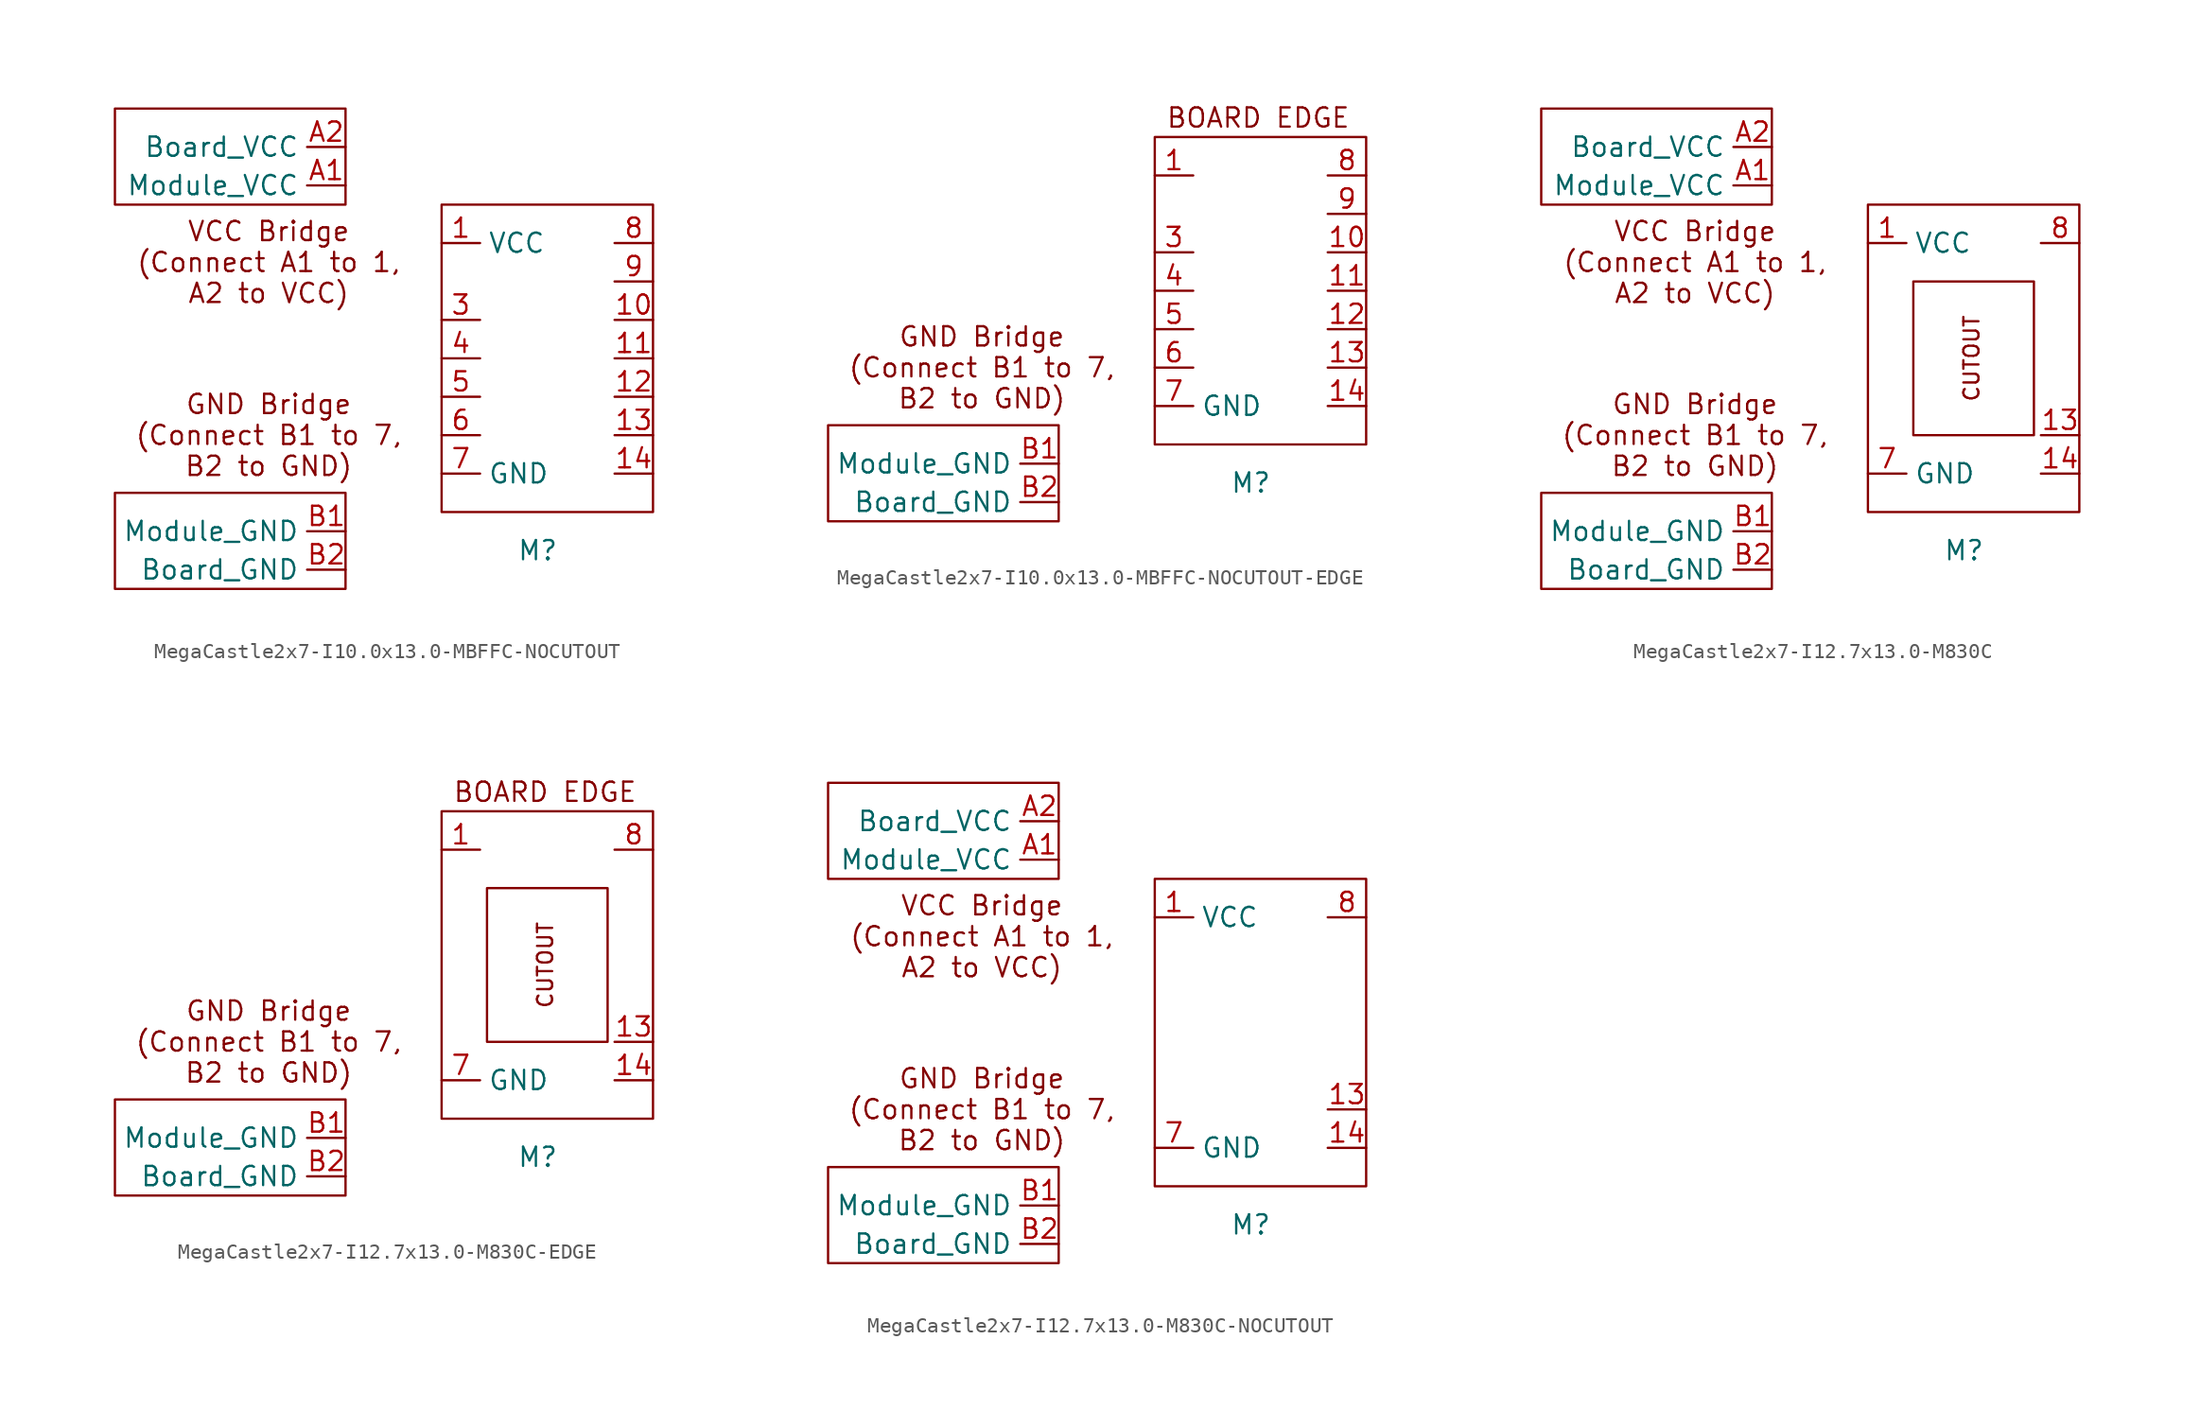
<source format=kicad_sym>
(kicad_symbol_lib
  (version 20231120)
  (generator "kicad_symbol_editor")
  (generator_version "8.0")
  (symbol "MegaCastle2x7-I10.0x13.0-MBFFC-NOCUTOUT"
    (property "Reference" "M"
      (at 0 -12.7 0)
      (effects (font (size 1.27 1.27))))
    (property "Value" ""
      (at 0 5.08 0)
      (effects (font (size 1.27 1.27))))
    (symbol "MegaCastle2x7-I10.0x13.0-MBFFC-NOCUTOUT_0_1"
      (rectangle (start -27.94 16.51) (end -12.7 10.16) (stroke (width 0) (type default)) (fill (type none)))
      (rectangle (start -27.94 -8.89) (end -12.7 -15.24) (stroke (width 0) (type default)) (fill (type none)))
      (rectangle (start -6.35 10.16) (end 7.62 -10.16) (stroke (width 0) (type default)) (fill (type none))))
    (symbol "MegaCastle2x7-I10.0x13.0-MBFFC-NOCUTOUT_1_1"
      (text "GND Bridge\n(Connect B1 to 7,\nB2 to GND)" (at -17.78 -5.08 0) (effects (font (size 1.27 1.27))))
      (text "VCC Bridge\n(Connect A1 to 1,\nA2 to VCC)" (at -17.78 6.35 0) (effects (font (size 1.27 1.27))))
      (pin bidirectional line (at -6.35 7.62 0) (length 2.54) (name "VCC" (effects (font (size 1.27 1.27)))) (number "1" (effects (font (size 1.27 1.27)))))
      (pin bidirectional line (at -6.35 2.54 0) (length 2.54) (name "" (effects (font (size 1.27 1.27)))) (number "3" (effects (font (size 1.27 1.27)))))
      (pin bidirectional line (at -6.35 0 0) (length 2.54) (name "" (effects (font (size 1.27 1.27)))) (number "4" (effects (font (size 1.27 1.27)))))
      (pin bidirectional line (at -6.35 -2.54 0) (length 2.54) (name "" (effects (font (size 1.27 1.27)))) (number "5" (effects (font (size 1.27 1.27)))))
      (pin bidirectional line (at -6.35 -5.08 0) (length 2.54) (name "" (effects (font (size 1.27 1.27)))) (number "6" (effects (font (size 1.27 1.27)))))
      (pin bidirectional line (at -6.35 -7.62 0) (length 2.54) (name "GND" (effects (font (size 1.27 1.27)))) (number "7" (effects (font (size 1.27 1.27)))))
      (pin bidirectional line (at 7.62 7.62 180) (length 2.54) (name "" (effects (font (size 1.27 1.27)))) (number "8" (effects (font (size 1.27 1.27)))))
      (pin bidirectional line (at 7.62 5.08 180) (length 2.54) (name "" (effects (font (size 1.27 1.27)))) (number "9" (effects (font (size 1.27 1.27)))))
      (pin bidirectional line (at 7.62 2.54 180) (length 2.54) (name "" (effects (font (size 1.27 1.27)))) (number "10" (effects (font (size 1.27 1.27)))))
      (pin bidirectional line (at 7.62 0 180) (length 2.54) (name "" (effects (font (size 1.27 1.27)))) (number "11" (effects (font (size 1.27 1.27)))))
      (pin bidirectional line (at 7.62 -2.54 180) (length 2.54) (name "" (effects (font (size 1.27 1.27)))) (number "12" (effects (font (size 1.27 1.27)))))
      (pin bidirectional line (at 7.62 -5.08 180) (length 2.54) (name "" (effects (font (size 1.27 1.27)))) (number "13" (effects (font (size 1.27 1.27)))))
      (pin bidirectional line (at 7.62 -7.62 180) (length 2.54) (name "" (effects (font (size 1.27 1.27)))) (number "14" (effects (font (size 1.27 1.27)))))
      (pin bidirectional line (at -12.7 11.43 180) (length 2.54) (name "Module_VCC" (effects (font (size 1.27 1.27)))) (number "A1" (effects (font (size 1.27 1.27)))))
      (pin bidirectional line (at -12.7 13.97 180) (length 2.54) (name "Board_VCC" (effects (font (size 1.27 1.27)))) (number "A2" (effects (font (size 1.27 1.27)))))
      (pin bidirectional line (at -12.7 -11.43 180) (length 2.54) (name "Module_GND" (effects (font (size 1.27 1.27)))) (number "B1" (effects (font (size 1.27 1.27)))))
      (pin bidirectional line (at -12.7 -13.97 180) (length 2.54) (name "Board_GND" (effects (font (size 1.27 1.27)))) (number "B2" (effects (font (size 1.27 1.27)))))))
  (symbol "MegaCastle2x7-I10.0x13.0-MBFFC-NOCUTOUT-EDGE"
    (property "Reference" "M"
      (at 0 -12.7 0)
      (effects (font (size 1.27 1.27))))
    (property "Value" ""
      (at 0 5.08 0)
      (effects (font (size 1.27 1.27))))
    (symbol "MegaCastle2x7-I10.0x13.0-MBFFC-NOCUTOUT-EDGE_0_1"
      (rectangle (start -27.94 -8.89) (end -12.7 -15.24) (stroke (width 0) (type default)) (fill (type none)))
      (rectangle (start -6.35 10.16) (end 7.62 -10.16) (stroke (width 0) (type default)) (fill (type none))))
    (symbol "MegaCastle2x7-I10.0x13.0-MBFFC-NOCUTOUT-EDGE_1_1"
      (text "GND Bridge\n(Connect B1 to 7,\nB2 to GND)" (at -17.78 -5.08 0) (effects (font (size 1.27 1.27))))
      (text " BOARD EDGE" (at 0 11.43 0) (effects (font (size 1.27 1.27))))
      (pin bidirectional line (at -6.35 7.62 0) (length 2.54) (name "" (effects (font (size 1.27 1.27)))) (number "1" (effects (font (size 1.27 1.27)))))
      (pin bidirectional line (at -6.35 2.54 0) (length 2.54) (name "" (effects (font (size 1.27 1.27)))) (number "3" (effects (font (size 1.27 1.27)))))
      (pin bidirectional line (at -6.35 0 0) (length 2.54) (name "" (effects (font (size 1.27 1.27)))) (number "4" (effects (font (size 1.27 1.27)))))
      (pin bidirectional line (at -6.35 -2.54 0) (length 2.54) (name "" (effects (font (size 1.27 1.27)))) (number "5" (effects (font (size 1.27 1.27)))))
      (pin bidirectional line (at -6.35 -5.08 0) (length 2.54) (name "" (effects (font (size 1.27 1.27)))) (number "6" (effects (font (size 1.27 1.27)))))
      (pin bidirectional line (at -6.35 -7.62 0) (length 2.54) (name "GND" (effects (font (size 1.27 1.27)))) (number "7" (effects (font (size 1.27 1.27)))))
      (pin bidirectional line (at 7.62 7.62 180) (length 2.54) (name "" (effects (font (size 1.27 1.27)))) (number "8" (effects (font (size 1.27 1.27)))))
      (pin bidirectional line (at 7.62 5.08 180) (length 2.54) (name "" (effects (font (size 1.27 1.27)))) (number "9" (effects (font (size 1.27 1.27)))))
      (pin bidirectional line (at 7.62 2.54 180) (length 2.54) (name "" (effects (font (size 1.27 1.27)))) (number "10" (effects (font (size 1.27 1.27)))))
      (pin bidirectional line (at 7.62 0 180) (length 2.54) (name "" (effects (font (size 1.27 1.27)))) (number "11" (effects (font (size 1.27 1.27)))))
      (pin bidirectional line (at 7.62 -2.54 180) (length 2.54) (name "" (effects (font (size 1.27 1.27)))) (number "12" (effects (font (size 1.27 1.27)))))
      (pin bidirectional line (at 7.62 -5.08 180) (length 2.54) (name "" (effects (font (size 1.27 1.27)))) (number "13" (effects (font (size 1.27 1.27)))))
      (pin bidirectional line (at 7.62 -7.62 180) (length 2.54) (name "" (effects (font (size 1.27 1.27)))) (number "14" (effects (font (size 1.27 1.27)))))
      (pin bidirectional line (at -12.7 -11.43 180) (length 2.54) (name "Module_GND" (effects (font (size 1.27 1.27)))) (number "B1" (effects (font (size 1.27 1.27)))))
      (pin bidirectional line (at -12.7 -13.97 180) (length 2.54) (name "Board_GND" (effects (font (size 1.27 1.27)))) (number "B2" (effects (font (size 1.27 1.27)))))))
  (symbol "MegaCastle2x7-I12.7x13.0-M830C"
    (property "Reference" "M"
      (at 0 -12.7 0)
      (effects (font (size 1.27 1.27))))
    (property "Value" ""
      (at 0 5.08 0)
      (effects (font (size 1.27 1.27))))
    (symbol "MegaCastle2x7-I12.7x13.0-M830C_0_1"
      (rectangle (start -27.94 16.51) (end -12.7 10.16) (stroke (width 0) (type default)) (fill (type none)))
      (rectangle (start -27.94 -8.89) (end -12.7 -15.24) (stroke (width 0) (type default)) (fill (type none)))
      (rectangle (start -6.35 10.16) (end 7.62 -10.16) (stroke (width 0) (type default)) (fill (type none)))
      (rectangle (start -3.35 5.08) (end 4.62 -5.08) (stroke (width 0) (type default)) (fill (type none))))
    (symbol "MegaCastle2x7-I12.7x13.0-M830C_1_1"
      (text "GND Bridge\n(Connect B1 to 7,\nB2 to GND)" (at -17.78 -5.08 0) (effects (font (size 1.27 1.27))))
      (text "VCC Bridge\n(Connect A1 to 1,\nA2 to VCC)" (at -17.78 6.35 0) (effects (font (size 1.27 1.27))))
      (text "CUTOUT" (at 0.5 0 900) (effects (font (size 1 1))))
      (pin bidirectional line (at -6.35 7.62 0) (length 2.54) (name "VCC" (effects (font (size 1.27 1.27)))) (number "1" (effects (font (size 1.27 1.27)))))
      (pin bidirectional line (at -6.35 -7.62 0) (length 2.54) (name "GND" (effects (font (size 1.27 1.27)))) (number "7" (effects (font (size 1.27 1.27)))))
      (pin bidirectional line (at 7.62 7.62 180) (length 2.54) (name "" (effects (font (size 1.27 1.27)))) (number "8" (effects (font (size 1.27 1.27)))))
      (pin bidirectional line (at 7.62 -5.08 180) (length 2.54) (name "" (effects (font (size 1.27 1.27)))) (number "13" (effects (font (size 1.27 1.27)))))
      (pin bidirectional line (at 7.62 -7.62 180) (length 2.54) (name "" (effects (font (size 1.27 1.27)))) (number "14" (effects (font (size 1.27 1.27)))))
      (pin bidirectional line (at -12.7 11.43 180) (length 2.54) (name "Module_VCC" (effects (font (size 1.27 1.27)))) (number "A1" (effects (font (size 1.27 1.27)))))
      (pin bidirectional line (at -12.7 13.97 180) (length 2.54) (name "Board_VCC" (effects (font (size 1.27 1.27)))) (number "A2" (effects (font (size 1.27 1.27)))))
      (pin bidirectional line (at -12.7 -11.43 180) (length 2.54) (name "Module_GND" (effects (font (size 1.27 1.27)))) (number "B1" (effects (font (size 1.27 1.27)))))
      (pin bidirectional line (at -12.7 -13.97 180) (length 2.54) (name "Board_GND" (effects (font (size 1.27 1.27)))) (number "B2" (effects (font (size 1.27 1.27)))))))
  (symbol "MegaCastle2x7-I12.7x13.0-M830C-EDGE"
    (property "Reference" "M"
      (at 0 -12.7 0)
      (effects (font (size 1.27 1.27))))
    (property "Value" ""
      (at 0 5.08 0)
      (effects (font (size 1.27 1.27))))
    (symbol "MegaCastle2x7-I12.7x13.0-M830C-EDGE_0_1"
      (rectangle (start -27.94 -8.89) (end -12.7 -15.24) (stroke (width 0) (type default)) (fill (type none)))
      (rectangle (start -6.35 10.16) (end 7.62 -10.16) (stroke (width 0) (type default)) (fill (type none)))
      (rectangle (start -3.35 5.08) (end 4.62 -5.08) (stroke (width 0) (type default)) (fill (type none))))
    (symbol "MegaCastle2x7-I12.7x13.0-M830C-EDGE_1_1"
      (text "GND Bridge\n(Connect B1 to 7,\nB2 to GND)" (at -17.78 -5.08 0) (effects (font (size 1.27 1.27))))
      (text " BOARD EDGE" (at 0 11.43 0) (effects (font (size 1.27 1.27))))
      (text "CUTOUT" (at 0.5 0 900) (effects (font (size 1 1))))
      (pin bidirectional line (at -6.35 7.62 0) (length 2.54) (name "" (effects (font (size 1.27 1.27)))) (number "1" (effects (font (size 1.27 1.27)))))
      (pin bidirectional line (at -6.35 -7.62 0) (length 2.54) (name "GND" (effects (font (size 1.27 1.27)))) (number "7" (effects (font (size 1.27 1.27)))))
      (pin bidirectional line (at 7.62 7.62 180) (length 2.54) (name "" (effects (font (size 1.27 1.27)))) (number "8" (effects (font (size 1.27 1.27)))))
      (pin bidirectional line (at 7.62 -5.08 180) (length 2.54) (name "" (effects (font (size 1.27 1.27)))) (number "13" (effects (font (size 1.27 1.27)))))
      (pin bidirectional line (at 7.62 -7.62 180) (length 2.54) (name "" (effects (font (size 1.27 1.27)))) (number "14" (effects (font (size 1.27 1.27)))))
      (pin bidirectional line (at -12.7 -11.43 180) (length 2.54) (name "Module_GND" (effects (font (size 1.27 1.27)))) (number "B1" (effects (font (size 1.27 1.27)))))
      (pin bidirectional line (at -12.7 -13.97 180) (length 2.54) (name "Board_GND" (effects (font (size 1.27 1.27)))) (number "B2" (effects (font (size 1.27 1.27)))))))
  (symbol "MegaCastle2x7-I12.7x13.0-M830C-NOCUTOUT"
    (property "Reference" "M"
      (at 0 -12.7 0)
      (effects (font (size 1.27 1.27))))
    (property "Value" ""
      (at 0 5.08 0)
      (effects (font (size 1.27 1.27))))
    (symbol "MegaCastle2x7-I12.7x13.0-M830C-NOCUTOUT_0_1"
      (rectangle (start -27.94 16.51) (end -12.7 10.16) (stroke (width 0) (type default)) (fill (type none)))
      (rectangle (start -27.94 -8.89) (end -12.7 -15.24) (stroke (width 0) (type default)) (fill (type none)))
      (rectangle (start -6.35 10.16) (end 7.62 -10.16) (stroke (width 0) (type default)) (fill (type none))))
    (symbol "MegaCastle2x7-I12.7x13.0-M830C-NOCUTOUT_1_1"
      (text "GND Bridge\n(Connect B1 to 7,\nB2 to GND)" (at -17.78 -5.08 0) (effects (font (size 1.27 1.27))))
      (text "VCC Bridge\n(Connect A1 to 1,\nA2 to VCC)" (at -17.78 6.35 0) (effects (font (size 1.27 1.27))))
      (pin bidirectional line (at -6.35 7.62 0) (length 2.54) (name "VCC" (effects (font (size 1.27 1.27)))) (number "1" (effects (font (size 1.27 1.27)))))
      (pin bidirectional line (at -6.35 -7.62 0) (length 2.54) (name "GND" (effects (font (size 1.27 1.27)))) (number "7" (effects (font (size 1.27 1.27)))))
      (pin bidirectional line (at 7.62 7.62 180) (length 2.54) (name "" (effects (font (size 1.27 1.27)))) (number "8" (effects (font (size 1.27 1.27)))))
      (pin bidirectional line (at 7.62 -5.08 180) (length 2.54) (name "" (effects (font (size 1.27 1.27)))) (number "13" (effects (font (size 1.27 1.27)))))
      (pin bidirectional line (at 7.62 -7.62 180) (length 2.54) (name "" (effects (font (size 1.27 1.27)))) (number "14" (effects (font (size 1.27 1.27)))))
      (pin bidirectional line (at -12.7 11.43 180) (length 2.54) (name "Module_VCC" (effects (font (size 1.27 1.27)))) (number "A1" (effects (font (size 1.27 1.27)))))
      (pin bidirectional line (at -12.7 13.97 180) (length 2.54) (name "Board_VCC" (effects (font (size 1.27 1.27)))) (number "A2" (effects (font (size 1.27 1.27)))))
      (pin bidirectional line (at -12.7 -11.43 180) (length 2.54) (name "Module_GND" (effects (font (size 1.27 1.27)))) (number "B1" (effects (font (size 1.27 1.27)))))
      (pin bidirectional line (at -12.7 -13.97 180) (length 2.54) (name "Board_GND" (effects (font (size 1.27 1.27)))) (number "B2" (effects (font (size 1.27 1.27))))))))
</source>
